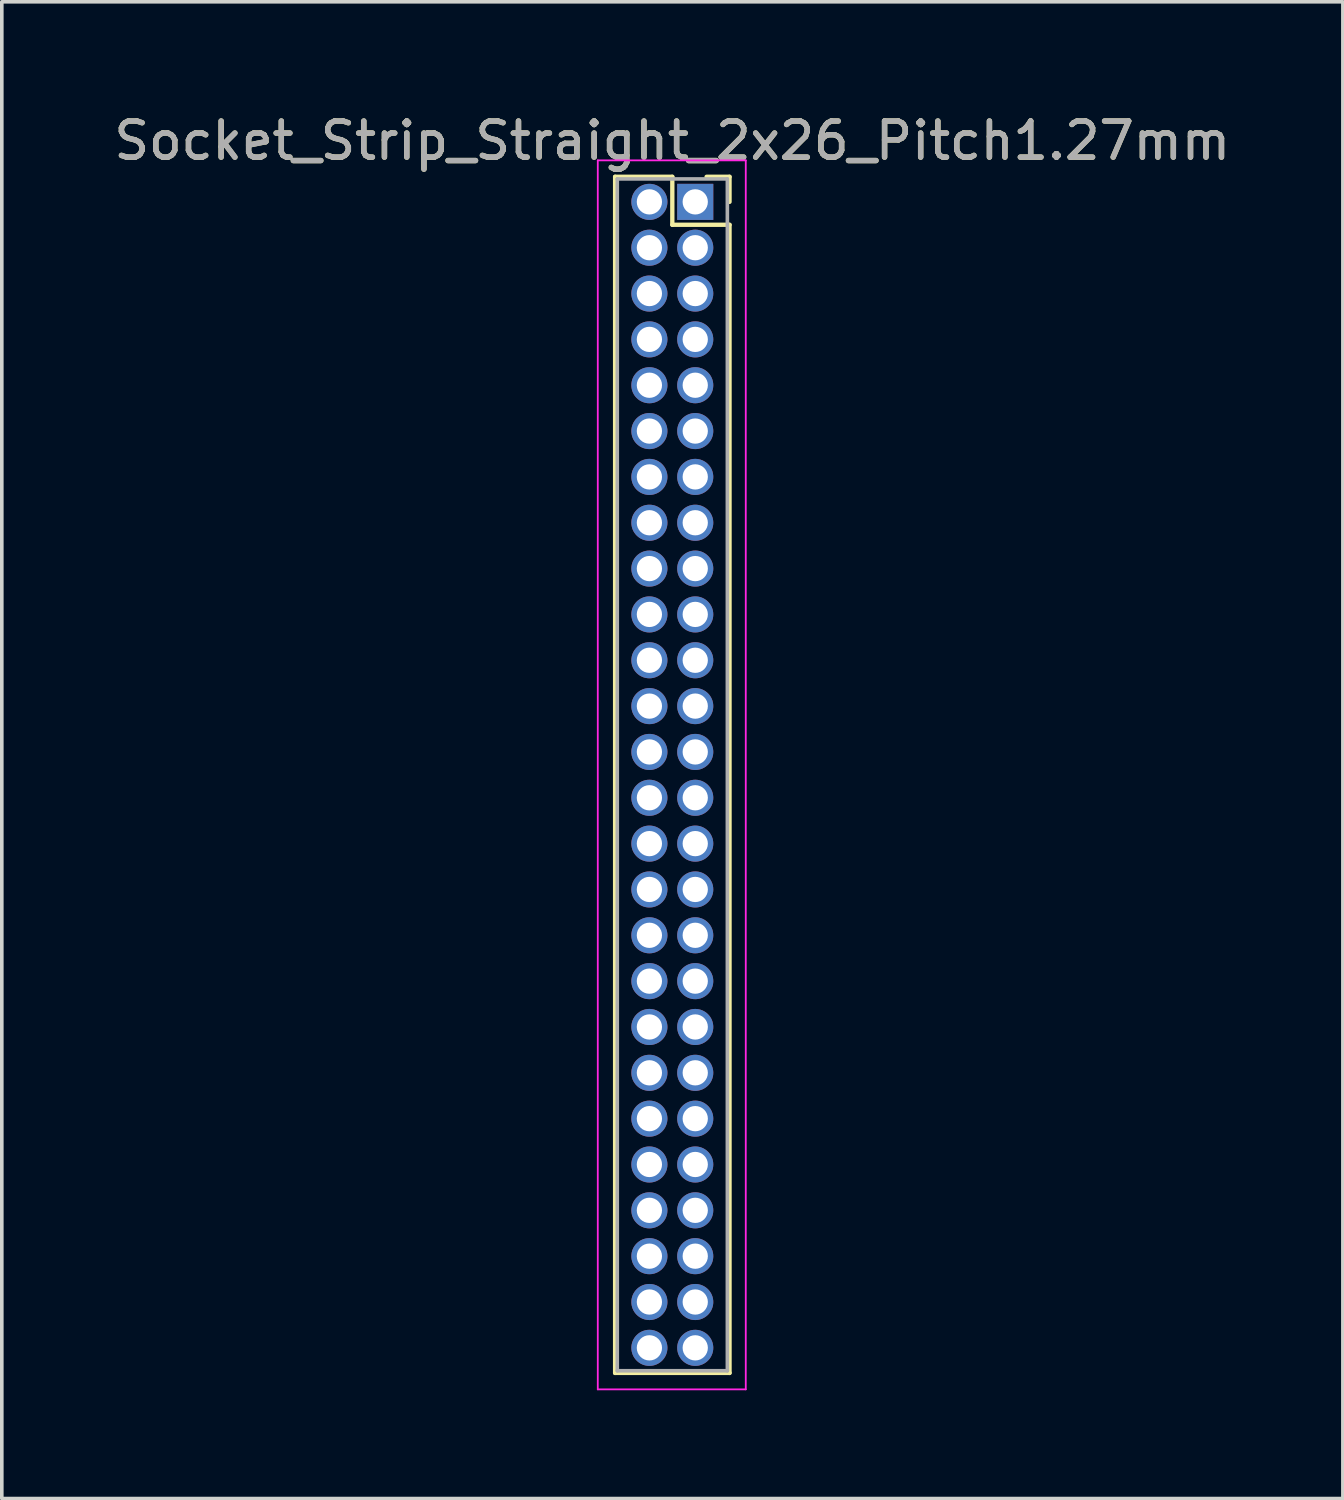
<source format=kicad_pcb>
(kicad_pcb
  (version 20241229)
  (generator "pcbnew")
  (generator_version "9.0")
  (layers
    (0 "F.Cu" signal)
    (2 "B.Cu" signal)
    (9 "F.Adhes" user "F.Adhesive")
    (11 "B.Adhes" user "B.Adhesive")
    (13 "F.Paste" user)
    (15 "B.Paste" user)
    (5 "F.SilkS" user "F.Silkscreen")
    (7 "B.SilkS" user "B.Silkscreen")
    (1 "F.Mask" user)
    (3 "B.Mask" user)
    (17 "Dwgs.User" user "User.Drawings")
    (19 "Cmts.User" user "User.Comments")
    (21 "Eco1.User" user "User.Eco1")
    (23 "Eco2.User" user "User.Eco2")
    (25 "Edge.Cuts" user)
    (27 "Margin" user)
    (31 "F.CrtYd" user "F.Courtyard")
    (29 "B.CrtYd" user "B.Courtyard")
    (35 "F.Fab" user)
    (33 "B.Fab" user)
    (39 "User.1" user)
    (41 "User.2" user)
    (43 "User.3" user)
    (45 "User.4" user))
  (footprint "Socket_Strip_Straight_2x26_Pitch1.27mm"
    (layer "F.Cu")
    (at 16.212 2.543)
    (property "Reference" "Socket_Strip_Straight_2x26_Pitch1.27mm" (at -0.635 -1.695 0) (layer "F.SilkS") (effects (font (size 1 1) (thickness 0.15))))
    (attr through_hole)
    (fp_line (start -2.22 -0.695) (end -0.635 -0.695) (stroke (width 0.12) (type solid)) (layer "F.SilkS"))
    (fp_line (start -2.22 32.445) (end -2.22 -0.695) (stroke (width 0.12) (type solid)) (layer "F.SilkS"))
    (fp_line (start -0.635 -0.695) (end -0.635 0.635) (stroke (width 0.12) (type solid)) (layer "F.SilkS"))
    (fp_line (start -0.635 0.635) (end 0.95 0.635) (stroke (width 0.12) (type solid)) (layer "F.SilkS"))
    (fp_line (start 0.95 -0.695) (end 0.315 -0.695) (stroke (width 0.12) (type solid)) (layer "F.SilkS"))
    (fp_line (start 0.95 0) (end 0.95 -0.695) (stroke (width 0.12) (type solid)) (layer "F.SilkS"))
    (fp_line (start 0.95 0.635) (end 0.95 32.445) (stroke (width 0.12) (type solid)) (layer "F.SilkS"))
    (fp_line (start 0.95 32.445) (end -2.22 32.445) (stroke (width 0.12) (type solid)) (layer "F.SilkS"))
    (fp_line (start -2.7 -1.15) (end -2.7 32.9) (stroke (width 0.05) (type solid)) (layer "F.CrtYd"))
    (fp_line (start -2.7 32.9) (end 1.4 32.9) (stroke (width 0.05) (type solid)) (layer "F.CrtYd"))
    (fp_line (start 1.4 -1.15) (end -2.7 -1.15) (stroke (width 0.05) (type solid)) (layer "F.CrtYd"))
    (fp_line (start 1.4 32.9) (end 1.4 -1.15) (stroke (width 0.05) (type solid)) (layer "F.CrtYd"))
    (fp_line (start -2.16 -0.635) (end -2.16 32.385) (stroke (width 0.1) (type solid)) (layer "F.Fab"))
    (fp_line (start -2.16 32.385) (end 0.89 32.385) (stroke (width 0.1) (type solid)) (layer "F.Fab"))
    (fp_line (start 0.89 -0.635) (end -2.16 -0.635) (stroke (width 0.1) (type solid)) (layer "F.Fab"))
    (fp_line (start 0.89 32.385) (end 0.89 -0.635) (stroke (width 0.1) (type solid)) (layer "F.Fab"))
    (fp_text user "${REFERENCE}" (at -0.635 -1.695 0) (layer "F.Fab") (effects (font (size 1 1) (thickness 0.15))))
    (pad "1" thru_hole rect (at 0 0) (size 1 1) (drill 0.7) (layers "*.Cu" "*.Mask"))
    (pad "2" thru_hole oval (at -1.27 0) (size 1 1) (drill 0.7) (layers "*.Cu" "*.Mask"))
    (pad "3" thru_hole oval (at 0 1.27) (size 1 1) (drill 0.7) (layers "*.Cu" "*.Mask"))
    (pad "4" thru_hole oval (at -1.27 1.27) (size 1 1) (drill 0.7) (layers "*.Cu" "*.Mask"))
    (pad "5" thru_hole oval (at 0 2.54) (size 1 1) (drill 0.7) (layers "*.Cu" "*.Mask"))
    (pad "6" thru_hole oval (at -1.27 2.54) (size 1 1) (drill 0.7) (layers "*.Cu" "*.Mask"))
    (pad "7" thru_hole oval (at 0 3.81) (size 1 1) (drill 0.7) (layers "*.Cu" "*.Mask"))
    (pad "8" thru_hole oval (at -1.27 3.81) (size 1 1) (drill 0.7) (layers "*.Cu" "*.Mask"))
    (pad "9" thru_hole oval (at 0 5.08) (size 1 1) (drill 0.7) (layers "*.Cu" "*.Mask"))
    (pad "10" thru_hole oval (at -1.27 5.08) (size 1 1) (drill 0.7) (layers "*.Cu" "*.Mask"))
    (pad "11" thru_hole oval (at 0 6.35) (size 1 1) (drill 0.7) (layers "*.Cu" "*.Mask"))
    (pad "12" thru_hole oval (at -1.27 6.35) (size 1 1) (drill 0.7) (layers "*.Cu" "*.Mask"))
    (pad "13" thru_hole oval (at 0 7.62) (size 1 1) (drill 0.7) (layers "*.Cu" "*.Mask"))
    (pad "14" thru_hole oval (at -1.27 7.62) (size 1 1) (drill 0.7) (layers "*.Cu" "*.Mask"))
    (pad "15" thru_hole oval (at 0 8.89) (size 1 1) (drill 0.7) (layers "*.Cu" "*.Mask"))
    (pad "16" thru_hole oval (at -1.27 8.89) (size 1 1) (drill 0.7) (layers "*.Cu" "*.Mask"))
    (pad "17" thru_hole oval (at 0 10.16) (size 1 1) (drill 0.7) (layers "*.Cu" "*.Mask"))
    (pad "18" thru_hole oval (at -1.27 10.16) (size 1 1) (drill 0.7) (layers "*.Cu" "*.Mask"))
    (pad "19" thru_hole oval (at 0 11.43) (size 1 1) (drill 0.7) (layers "*.Cu" "*.Mask"))
    (pad "20" thru_hole oval (at -1.27 11.43) (size 1 1) (drill 0.7) (layers "*.Cu" "*.Mask"))
    (pad "21" thru_hole oval (at 0 12.7) (size 1 1) (drill 0.7) (layers "*.Cu" "*.Mask"))
    (pad "22" thru_hole oval (at -1.27 12.7) (size 1 1) (drill 0.7) (layers "*.Cu" "*.Mask"))
    (pad "23" thru_hole oval (at 0 13.97) (size 1 1) (drill 0.7) (layers "*.Cu" "*.Mask"))
    (pad "24" thru_hole oval (at -1.27 13.97) (size 1 1) (drill 0.7) (layers "*.Cu" "*.Mask"))
    (pad "25" thru_hole oval (at 0 15.24) (size 1 1) (drill 0.7) (layers "*.Cu" "*.Mask"))
    (pad "26" thru_hole oval (at -1.27 15.24) (size 1 1) (drill 0.7) (layers "*.Cu" "*.Mask"))
    (pad "27" thru_hole oval (at 0 16.51) (size 1 1) (drill 0.7) (layers "*.Cu" "*.Mask"))
    (pad "28" thru_hole oval (at -1.27 16.51) (size 1 1) (drill 0.7) (layers "*.Cu" "*.Mask"))
    (pad "29" thru_hole oval (at 0 17.78) (size 1 1) (drill 0.7) (layers "*.Cu" "*.Mask"))
    (pad "30" thru_hole oval (at -1.27 17.78) (size 1 1) (drill 0.7) (layers "*.Cu" "*.Mask"))
    (pad "31" thru_hole oval (at 0 19.05) (size 1 1) (drill 0.7) (layers "*.Cu" "*.Mask"))
    (pad "32" thru_hole oval (at -1.27 19.05) (size 1 1) (drill 0.7) (layers "*.Cu" "*.Mask"))
    (pad "33" thru_hole oval (at 0 20.32) (size 1 1) (drill 0.7) (layers "*.Cu" "*.Mask"))
    (pad "34" thru_hole oval (at -1.27 20.32) (size 1 1) (drill 0.7) (layers "*.Cu" "*.Mask"))
    (pad "35" thru_hole oval (at 0 21.59) (size 1 1) (drill 0.7) (layers "*.Cu" "*.Mask"))
    (pad "36" thru_hole oval (at -1.27 21.59) (size 1 1) (drill 0.7) (layers "*.Cu" "*.Mask"))
    (pad "37" thru_hole oval (at 0 22.86) (size 1 1) (drill 0.7) (layers "*.Cu" "*.Mask"))
    (pad "38" thru_hole oval (at -1.27 22.86) (size 1 1) (drill 0.7) (layers "*.Cu" "*.Mask"))
    (pad "39" thru_hole oval (at 0 24.13) (size 1 1) (drill 0.7) (layers "*.Cu" "*.Mask"))
    (pad "40" thru_hole oval (at -1.27 24.13) (size 1 1) (drill 0.7) (layers "*.Cu" "*.Mask"))
    (pad "41" thru_hole oval (at 0 25.4) (size 1 1) (drill 0.7) (layers "*.Cu" "*.Mask"))
    (pad "42" thru_hole oval (at -1.27 25.4) (size 1 1) (drill 0.7) (layers "*.Cu" "*.Mask"))
    (pad "43" thru_hole oval (at 0 26.67) (size 1 1) (drill 0.7) (layers "*.Cu" "*.Mask"))
    (pad "44" thru_hole oval (at -1.27 26.67) (size 1 1) (drill 0.7) (layers "*.Cu" "*.Mask"))
    (pad "45" thru_hole oval (at 0 27.94) (size 1 1) (drill 0.7) (layers "*.Cu" "*.Mask"))
    (pad "46" thru_hole oval (at -1.27 27.94) (size 1 1) (drill 0.7) (layers "*.Cu" "*.Mask"))
    (pad "47" thru_hole oval (at 0 29.21) (size 1 1) (drill 0.7) (layers "*.Cu" "*.Mask"))
    (pad "48" thru_hole oval (at -1.27 29.21) (size 1 1) (drill 0.7) (layers "*.Cu" "*.Mask"))
    (pad "49" thru_hole oval (at 0 30.48) (size 1 1) (drill 0.7) (layers "*.Cu" "*.Mask"))
    (pad "50" thru_hole oval (at -1.27 30.48) (size 1 1) (drill 0.7) (layers "*.Cu" "*.Mask"))
    (pad "51" thru_hole oval (at 0 31.75) (size 1 1) (drill 0.7) (layers "*.Cu" "*.Mask"))
    (pad "52" thru_hole oval (at -1.27 31.75) (size 1 1) (drill 0.7) (layers "*.Cu" "*.Mask")))
  (gr_rect
    (start -3 -3)
    (end 34.155 38.468)
    (stroke (width 0.1) (type default))
    (fill no)
    (layer "Edge.Cuts")))
</source>
